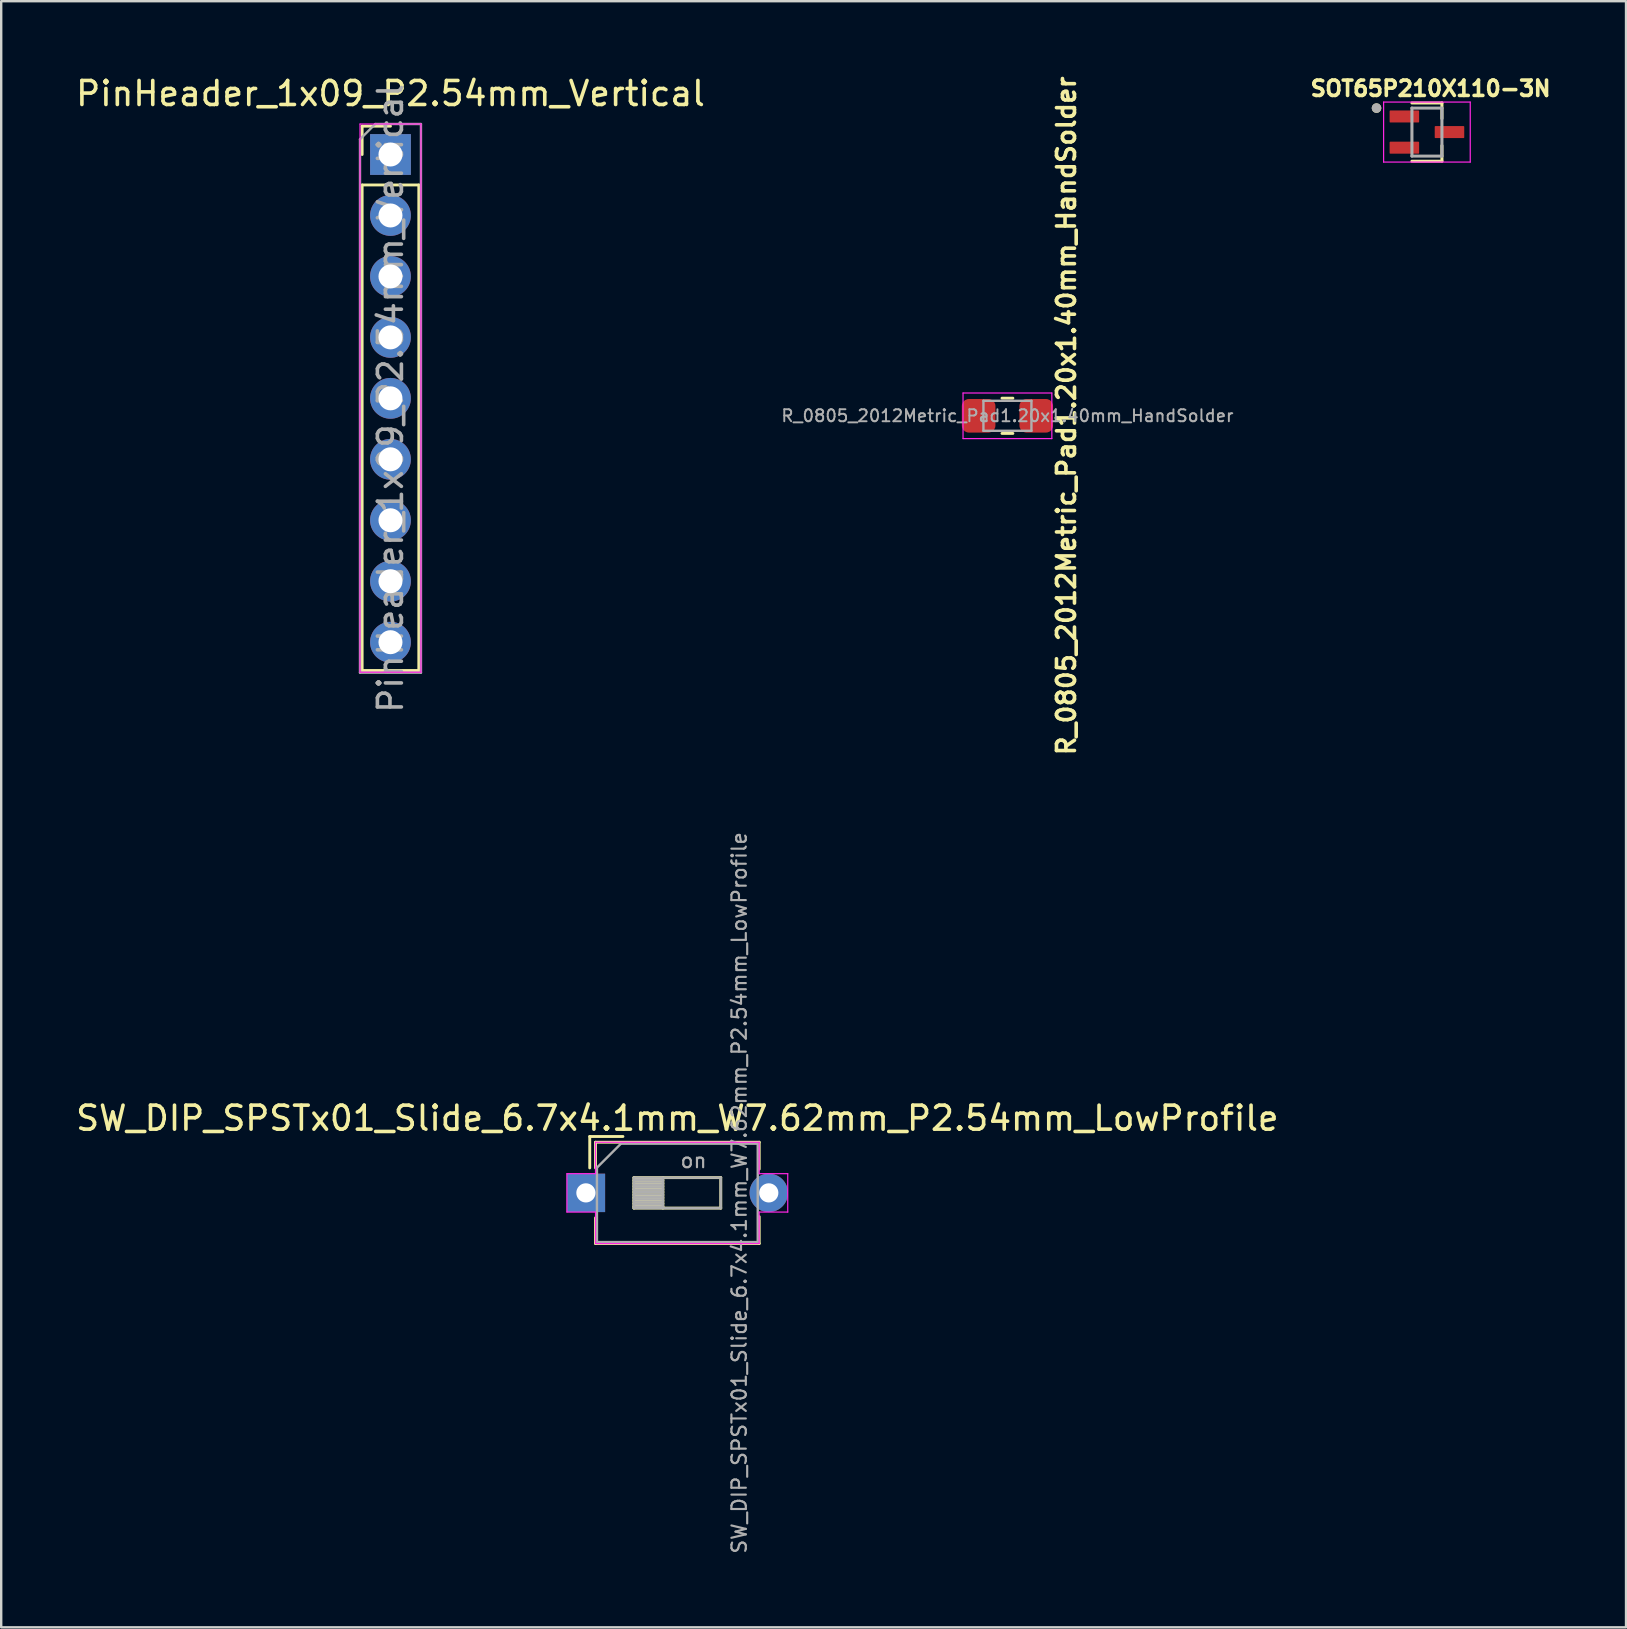
<source format=kicad_pcb>
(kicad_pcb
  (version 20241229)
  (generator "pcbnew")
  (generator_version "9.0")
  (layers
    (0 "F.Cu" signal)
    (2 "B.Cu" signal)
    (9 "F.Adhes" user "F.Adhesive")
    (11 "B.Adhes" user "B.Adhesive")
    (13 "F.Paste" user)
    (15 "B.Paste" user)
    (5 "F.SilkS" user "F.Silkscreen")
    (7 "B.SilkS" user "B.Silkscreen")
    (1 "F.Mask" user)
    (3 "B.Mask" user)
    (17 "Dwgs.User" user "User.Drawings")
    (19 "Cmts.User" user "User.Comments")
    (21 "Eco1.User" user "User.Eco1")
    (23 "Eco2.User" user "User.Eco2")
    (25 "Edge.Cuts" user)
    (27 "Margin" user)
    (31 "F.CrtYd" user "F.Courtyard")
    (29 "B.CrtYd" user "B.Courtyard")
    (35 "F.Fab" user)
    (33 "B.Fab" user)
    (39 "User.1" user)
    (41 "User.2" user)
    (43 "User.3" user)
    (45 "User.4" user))
  (footprint "R_0805_2012Metric_Pad1.20x1.40mm_HandSolder"
    (layer "F.Cu")
    (at 38.927 14.275)
    (property "Reference" "R_0805_2012Metric_Pad1.20x1.40mm_HandSolder" (at 2.454 0 270) (layer "F.SilkS") (effects (font (size 0.75 0.75) (thickness 0.15))))
    (attr smd)
    (fp_line (start -0.227 -0.735) (end 0.227 -0.735) (stroke (width 0.12) (type solid)) (layer "F.SilkS"))
    (fp_line (start -0.227 0.735) (end 0.227 0.735) (stroke (width 0.12) (type solid)) (layer "F.SilkS"))
    (fp_line (start -1.85 -0.95) (end 1.85 -0.95) (stroke (width 0.05) (type solid)) (layer "F.CrtYd"))
    (fp_line (start -1.85 0.95) (end -1.85 -0.95) (stroke (width 0.05) (type solid)) (layer "F.CrtYd"))
    (fp_line (start 1.85 -0.95) (end 1.85 0.95) (stroke (width 0.05) (type solid)) (layer "F.CrtYd"))
    (fp_line (start 1.85 0.95) (end -1.85 0.95) (stroke (width 0.05) (type solid)) (layer "F.CrtYd"))
    (fp_line (start -1 -0.625) (end 1 -0.625) (stroke (width 0.1) (type solid)) (layer "F.Fab"))
    (fp_line (start -1 0.625) (end -1 -0.625) (stroke (width 0.1) (type solid)) (layer "F.Fab"))
    (fp_line (start 1 -0.625) (end 1 0.625) (stroke (width 0.1) (type solid)) (layer "F.Fab"))
    (fp_line (start 1 0.625) (end -1 0.625) (stroke (width 0.1) (type solid)) (layer "F.Fab"))
    (fp_text user "${REFERENCE}" (at 0 0 0) (layer "F.Fab") (effects (font (size 0.5 0.5) (thickness 0.08))))
    (pad "1" smd roundrect (at -1.2 0) (size 1.4 1.4) (layers "F.Cu" "F.Mask" "F.Paste") (roundrect_rratio 0.208))
    (pad "2" smd roundrect (at 1.2 0) (size 1.4 1.4) (layers "F.Cu" "F.Mask" "F.Paste") (roundrect_rratio 0.208)))
  (footprint "SW_DIP_SPSTx01_Slide_6.7x4.1mm_W7.62mm_P2.54mm_LowProfile"
    (layer "F.Cu")
    (at 25.173 46.654)
    (property "Reference" "SW_DIP_SPSTx01_Slide_6.7x4.1mm_W7.62mm_P2.54mm_LowProfile" (at 0 -3.11 0) (layer "F.SilkS") (effects (font (size 1 1) (thickness 0.15))))
    (attr through_hole)
    (fp_line (start -3.65 -2.35) (end -3.65 -1.04) (stroke (width 0.12) (type solid)) (layer "F.SilkS"))
    (fp_line (start -3.65 -2.35) (end -2.267 -2.35) (stroke (width 0.12) (type solid)) (layer "F.SilkS"))
    (fp_line (start -3.41 -2.11) (end -3.41 -1.04) (stroke (width 0.12) (type solid)) (layer "F.SilkS"))
    (fp_line (start -3.41 -2.11) (end 3.411 -2.11) (stroke (width 0.12) (type solid)) (layer "F.SilkS"))
    (fp_line (start -3.41 1.04) (end -3.41 2.11) (stroke (width 0.12) (type solid)) (layer "F.SilkS"))
    (fp_line (start -3.41 2.11) (end 3.411 2.11) (stroke (width 0.12) (type solid)) (layer "F.SilkS"))
    (fp_line (start -1.81 -0.635) (end -1.81 0.635) (stroke (width 0.12) (type solid)) (layer "F.SilkS"))
    (fp_line (start -1.81 -0.515) (end -0.603 -0.515) (stroke (width 0.12) (type solid)) (layer "F.SilkS"))
    (fp_line (start -1.81 -0.395) (end -0.603 -0.395) (stroke (width 0.12) (type solid)) (layer "F.SilkS"))
    (fp_line (start -1.81 -0.275) (end -0.603 -0.275) (stroke (width 0.12) (type solid)) (layer "F.SilkS"))
    (fp_line (start -1.81 -0.155) (end -0.603 -0.155) (stroke (width 0.12) (type solid)) (layer "F.SilkS"))
    (fp_line (start -1.81 -0.035) (end -0.603 -0.035) (stroke (width 0.12) (type solid)) (layer "F.SilkS"))
    (fp_line (start -1.81 0.085) (end -0.603 0.085) (stroke (width 0.12) (type solid)) (layer "F.SilkS"))
    (fp_line (start -1.81 0.205) (end -0.603 0.205) (stroke (width 0.12) (type solid)) (layer "F.SilkS"))
    (fp_line (start -1.81 0.325) (end -0.603 0.325) (stroke (width 0.12) (type solid)) (layer "F.SilkS"))
    (fp_line (start -1.81 0.445) (end -0.603 0.445) (stroke (width 0.12) (type solid)) (layer "F.SilkS"))
    (fp_line (start -1.81 0.565) (end -0.603 0.565) (stroke (width 0.12) (type solid)) (layer "F.SilkS"))
    (fp_line (start -1.81 0.635) (end 1.81 0.635) (stroke (width 0.12) (type solid)) (layer "F.SilkS"))
    (fp_line (start -0.603 -0.635) (end -0.603 0.635) (stroke (width 0.12) (type solid)) (layer "F.SilkS"))
    (fp_line (start 1.81 -0.635) (end -1.81 -0.635) (stroke (width 0.12) (type solid)) (layer "F.SilkS"))
    (fp_line (start 1.81 0.635) (end 1.81 -0.635) (stroke (width 0.12) (type solid)) (layer "F.SilkS"))
    (fp_line (start 3.411 -2.11) (end 3.411 -0.99) (stroke (width 0.12) (type solid)) (layer "F.SilkS"))
    (fp_line (start 3.411 0.99) (end 3.411 2.11) (stroke (width 0.12) (type solid)) (layer "F.SilkS"))
    (fp_line (start -4.6 -0.8) (end -4.6 0.8) (stroke (width 0.05) (type solid)) (layer "F.CrtYd"))
    (fp_line (start -4.6 -0.8) (end -3.41 -0.8) (stroke (width 0.05) (type solid)) (layer "F.CrtYd"))
    (fp_line (start -4.6 0.8) (end -3.41 0.8) (stroke (width 0.05) (type solid)) (layer "F.CrtYd"))
    (fp_line (start -3.41 -0.8) (end -3.41 -2.11) (stroke (width 0.05) (type solid)) (layer "F.CrtYd"))
    (fp_line (start -3.41 0.8) (end -3.41 2.11) (stroke (width 0.05) (type solid)) (layer "F.CrtYd"))
    (fp_line (start -3.41 2.11) (end 3.41 2.11) (stroke (width 0.05) (type solid)) (layer "F.CrtYd"))
    (fp_line (start 3.41 -2.11) (end -3.41 -2.11) (stroke (width 0.05) (type solid)) (layer "F.CrtYd"))
    (fp_line (start 3.41 -0.8) (end 3.41 -2.11) (stroke (width 0.05) (type solid)) (layer "F.CrtYd"))
    (fp_line (start 3.41 0.8) (end 3.41 2.11) (stroke (width 0.05) (type solid)) (layer "F.CrtYd"))
    (fp_line (start 4.6 -0.8) (end 3.41 -0.8) (stroke (width 0.05) (type solid)) (layer "F.CrtYd"))
    (fp_line (start 4.6 0.8) (end 3.41 0.8) (stroke (width 0.05) (type solid)) (layer "F.CrtYd"))
    (fp_line (start 4.6 0.8) (end 4.6 -0.8) (stroke (width 0.05) (type solid)) (layer "F.CrtYd"))
    (fp_line (start -3.35 -1.05) (end -2.35 -2.05) (stroke (width 0.1) (type solid)) (layer "F.Fab"))
    (fp_line (start -3.35 2.05) (end -3.35 -1.05) (stroke (width 0.1) (type solid)) (layer "F.Fab"))
    (fp_line (start -2.35 -2.05) (end 3.35 -2.05) (stroke (width 0.1) (type solid)) (layer "F.Fab"))
    (fp_line (start -1.81 -0.635) (end -1.81 0.635) (stroke (width 0.1) (type solid)) (layer "F.Fab"))
    (fp_line (start -1.81 -0.535) (end -0.603 -0.535) (stroke (width 0.1) (type solid)) (layer "F.Fab"))
    (fp_line (start -1.81 -0.435) (end -0.603 -0.435) (stroke (width 0.1) (type solid)) (layer "F.Fab"))
    (fp_line (start -1.81 -0.335) (end -0.603 -0.335) (stroke (width 0.1) (type solid)) (layer "F.Fab"))
    (fp_line (start -1.81 -0.235) (end -0.603 -0.235) (stroke (width 0.1) (type solid)) (layer "F.Fab"))
    (fp_line (start -1.81 -0.135) (end -0.603 -0.135) (stroke (width 0.1) (type solid)) (layer "F.Fab"))
    (fp_line (start -1.81 -0.035) (end -0.603 -0.035) (stroke (width 0.1) (type solid)) (layer "F.Fab"))
    (fp_line (start -1.81 0.065) (end -0.603 0.065) (stroke (width 0.1) (type solid)) (layer "F.Fab"))
    (fp_line (start -1.81 0.165) (end -0.603 0.165) (stroke (width 0.1) (type solid)) (layer "F.Fab"))
    (fp_line (start -1.81 0.265) (end -0.603 0.265) (stroke (width 0.1) (type solid)) (layer "F.Fab"))
    (fp_line (start -1.81 0.365) (end -0.603 0.365) (stroke (width 0.1) (type solid)) (layer "F.Fab"))
    (fp_line (start -1.81 0.465) (end -0.603 0.465) (stroke (width 0.1) (type solid)) (layer "F.Fab"))
    (fp_line (start -1.81 0.565) (end -0.603 0.565) (stroke (width 0.1) (type solid)) (layer "F.Fab"))
    (fp_line (start -1.81 0.635) (end 1.81 0.635) (stroke (width 0.1) (type solid)) (layer "F.Fab"))
    (fp_line (start -0.603 -0.635) (end -0.603 0.635) (stroke (width 0.1) (type solid)) (layer "F.Fab"))
    (fp_line (start 1.81 -0.635) (end -1.81 -0.635) (stroke (width 0.1) (type solid)) (layer "F.Fab"))
    (fp_line (start 1.81 0.635) (end 1.81 -0.635) (stroke (width 0.1) (type solid)) (layer "F.Fab"))
    (fp_line (start 3.35 -2.05) (end 3.35 2.05) (stroke (width 0.1) (type solid)) (layer "F.Fab"))
    (fp_line (start 3.35 2.05) (end -3.35 2.05) (stroke (width 0.1) (type solid)) (layer "F.Fab"))
    (fp_text user "on" (at 0.675 -1.343 0) (layer "F.Fab") (effects (font (size 0.6 0.6) (thickness 0.09))))
    (fp_text user "${REFERENCE}" (at 2.58 0 90) (layer "F.Fab") (effects (font (size 0.6 0.6) (thickness 0.09))))
    (pad "1" thru_hole rect (at -3.81 0) (size 1.6 1.6) (drill 0.8) (layers "*.Cu" "*.Mask"))
    (pad "2" thru_hole oval (at 3.81 0) (size 1.6 1.6) (drill 0.8) (layers "*.Cu" "*.Mask")))
  (footprint "SOT65P210X110-3N"
    (layer "F.Cu")
    (at 56.406 2.454)
    (property "Reference" "SOT65P210X110-3N" (at 0.152 -1.816 0) (layer "F.SilkS") (effects (font (size 0.64 0.64) (thickness 0.15))))
    (attr smd)
    (fp_line (start -0.625 -1.214) (end 0.625 -1.214) (stroke (width 0.127) (type solid)) (layer "F.SilkS"))
    (fp_line (start -0.625 1.214) (end 0.625 1.214) (stroke (width 0.127) (type solid)) (layer "F.SilkS"))
    (fp_line (start 0.625 -1.214) (end 0.625 -0.564) (stroke (width 0.127) (type solid)) (layer "F.SilkS"))
    (fp_line (start 0.625 1.214) (end 0.625 0.564) (stroke (width 0.127) (type solid)) (layer "F.SilkS"))
    (fp_circle (center -2.1 -1) (end -2 -1) (stroke (width 0.2) (type solid)) (fill no) (layer "F.SilkS"))
    (fp_line (start -1.805 -1.25) (end 1.805 -1.25) (stroke (width 0.05) (type solid)) (layer "F.CrtYd"))
    (fp_line (start -1.805 1.25) (end -1.805 -1.25) (stroke (width 0.05) (type solid)) (layer "F.CrtYd"))
    (fp_line (start 1.805 1.25) (end -1.805 1.25) (stroke (width 0.05) (type solid)) (layer "F.CrtYd"))
    (fp_line (start 1.805 1.25) (end 1.805 -1.25) (stroke (width 0.05) (type solid)) (layer "F.CrtYd"))
    (fp_line (start -0.625 -1) (end 0.625 -1) (stroke (width 0.127) (type solid)) (layer "F.Fab"))
    (fp_line (start -0.625 1) (end -0.625 -1) (stroke (width 0.127) (type solid)) (layer "F.Fab"))
    (fp_line (start 0.625 -1) (end 0.625 1) (stroke (width 0.127) (type solid)) (layer "F.Fab"))
    (fp_line (start 0.625 1) (end -0.625 1) (stroke (width 0.127) (type solid)) (layer "F.Fab"))
    (fp_circle (center -2.1 -1) (end -2 -1) (stroke (width 0.2) (type solid)) (fill no) (layer "F.Fab"))
    (pad "1" smd roundrect (at -0.94 -0.65) (size 1.23 0.5) (layers "F.Cu" "F.Mask" "F.Paste") (roundrect_rratio 0.06))
    (pad "2" smd roundrect (at -0.94 0.65) (size 1.23 0.5) (layers "F.Cu" "F.Mask" "F.Paste") (roundrect_rratio 0.06))
    (pad "3" smd roundrect (at 0.94 0) (size 1.23 0.5) (layers "F.Cu" "F.Mask" "F.Paste") (roundrect_rratio 0.06)))
  (footprint "PinHeader_1x09_P2.54mm_Vertical"
    (layer "F.Cu")
    (at 13.22 3.388)
    (property "Reference" "PinHeader_1x09_P2.54mm_Vertical" (at 0 -2.54 0) (layer "F.SilkS") (effects (font (size 1 1) (thickness 0.15))))
    (attr through_hole)
    (fp_line (start -1.181 -1.181) (end 0 -1.181) (stroke (width 0.12) (type solid)) (layer "F.SilkS"))
    (fp_line (start -1.181 0) (end -1.181 -1.181) (stroke (width 0.12) (type solid)) (layer "F.SilkS"))
    (fp_line (start -1.181 1.27) (end -1.181 21.501) (stroke (width 0.12) (type solid)) (layer "F.SilkS"))
    (fp_line (start -1.181 1.27) (end 1.181 1.27) (stroke (width 0.12) (type solid)) (layer "F.SilkS"))
    (fp_line (start -1.181 21.501) (end 1.181 21.501) (stroke (width 0.12) (type solid)) (layer "F.SilkS"))
    (fp_line (start 1.181 1.27) (end 1.181 21.501) (stroke (width 0.12) (type solid)) (layer "F.SilkS"))
    (fp_line (start -1.27 -1.27) (end -1.27 21.57) (stroke (width 0.05) (type solid)) (layer "F.CrtYd"))
    (fp_line (start -1.27 21.57) (end 1.27 21.57) (stroke (width 0.05) (type solid)) (layer "F.CrtYd"))
    (fp_line (start 1.27 -1.27) (end -1.27 -1.27) (stroke (width 0.05) (type solid)) (layer "F.CrtYd"))
    (fp_line (start 1.27 21.57) (end 1.27 -1.27) (stroke (width 0.05) (type solid)) (layer "F.CrtYd"))
    (fp_line (start -1.27 -0.635) (end -0.635 -1.27) (stroke (width 0.1) (type solid)) (layer "F.Fab"))
    (fp_line (start -1.27 21.59) (end -1.27 -0.635) (stroke (width 0.1) (type solid)) (layer "F.Fab"))
    (fp_line (start -0.635 -1.27) (end 1.27 -1.27) (stroke (width 0.1) (type solid)) (layer "F.Fab"))
    (fp_line (start 1.27 -1.27) (end 1.27 21.59) (stroke (width 0.1) (type solid)) (layer "F.Fab"))
    (fp_line (start 1.27 21.59) (end -1.27 21.59) (stroke (width 0.1) (type solid)) (layer "F.Fab"))
    (fp_text user "${REFERENCE}" (at 0 10.16 90) (layer "F.Fab") (effects (font (size 1 1) (thickness 0.15))))
    (pad "1" thru_hole rect (at 0 0) (size 1.7 1.7) (drill 1) (layers "*.Cu" "*.Mask"))
    (pad "2" thru_hole oval (at 0 2.54) (size 1.7 1.7) (drill 1) (layers "*.Cu" "*.Mask"))
    (pad "3" thru_hole oval (at 0 5.08) (size 1.7 1.7) (drill 1) (layers "*.Cu" "*.Mask"))
    (pad "4" thru_hole oval (at 0 7.62) (size 1.7 1.7) (drill 1) (layers "*.Cu" "*.Mask"))
    (pad "5" thru_hole oval (at 0 10.16) (size 1.7 1.7) (drill 1) (layers "*.Cu" "*.Mask"))
    (pad "6" thru_hole oval (at 0 12.7) (size 1.7 1.7) (drill 1) (layers "*.Cu" "*.Mask"))
    (pad "7" thru_hole oval (at 0 15.24) (size 1.7 1.7) (drill 1) (layers "*.Cu" "*.Mask"))
    (pad "8" thru_hole oval (at 0 17.78) (size 1.7 1.7) (drill 1) (layers "*.Cu" "*.Mask"))
    (pad "9" thru_hole oval (at 0 20.32) (size 1.7 1.7) (drill 1) (layers "*.Cu" "*.Mask")))
  (gr_rect
    (start -3 -3)
    (end 64.702 64.757)
    (stroke (width 0.1) (type default))
    (fill no)
    (layer "Edge.Cuts")))
</source>
